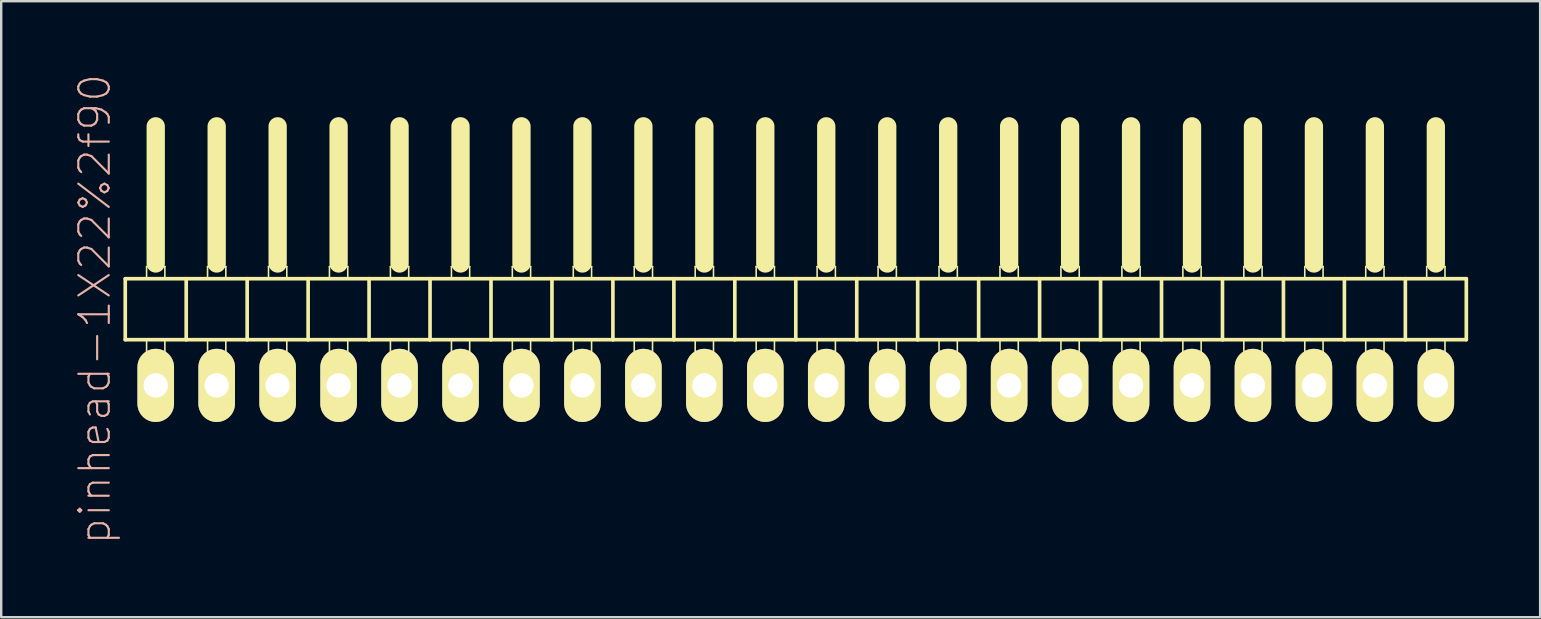
<source format=kicad_pcb>
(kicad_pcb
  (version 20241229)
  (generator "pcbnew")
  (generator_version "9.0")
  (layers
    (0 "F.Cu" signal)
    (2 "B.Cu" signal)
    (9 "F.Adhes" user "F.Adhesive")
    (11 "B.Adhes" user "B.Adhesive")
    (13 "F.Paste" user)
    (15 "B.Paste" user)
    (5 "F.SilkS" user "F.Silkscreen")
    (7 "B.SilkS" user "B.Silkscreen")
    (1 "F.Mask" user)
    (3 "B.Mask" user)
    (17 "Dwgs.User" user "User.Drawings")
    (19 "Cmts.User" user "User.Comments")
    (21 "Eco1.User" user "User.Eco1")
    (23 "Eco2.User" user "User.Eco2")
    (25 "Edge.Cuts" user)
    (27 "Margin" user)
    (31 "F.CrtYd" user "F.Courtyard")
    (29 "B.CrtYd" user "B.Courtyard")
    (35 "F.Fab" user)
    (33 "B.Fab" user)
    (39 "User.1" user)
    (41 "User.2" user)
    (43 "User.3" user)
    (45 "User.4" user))
  (footprint "pinhead-1X22%2f90"
    (layer "F.Cu")
    (at 30.109 9.199)
    (property "Reference" "pinhead-1X22%2f90" (at -29.21 0.635 90) (layer "B.SilkS") (effects (font (size 1.27 1.27) (thickness 0.089))))
    (attr exclude_from_pos_files exclude_from_bom)
    (fp_line (start -27.94 -0.635) (end -27.94 1.905) (stroke (width 0.152) (type solid)) (layer "F.SilkS"))
    (fp_line (start -27.94 1.905) (end -25.4 1.905) (stroke (width 0.152) (type solid)) (layer "F.SilkS"))
    (fp_line (start -27.051 -1.143) (end -26.289 -1.143) (stroke (width 0.066) (type solid)) (layer "F.SilkS"))
    (fp_line (start -27.051 -0.635) (end -27.051 -1.143) (stroke (width 0.066) (type solid)) (layer "F.SilkS"))
    (fp_line (start -27.051 -0.635) (end -26.289 -0.635) (stroke (width 0.066) (type solid)) (layer "F.SilkS"))
    (fp_line (start -27.051 1.905) (end -26.289 1.905) (stroke (width 0.066) (type solid)) (layer "F.SilkS"))
    (fp_line (start -27.051 2.921) (end -27.051 1.905) (stroke (width 0.066) (type solid)) (layer "F.SilkS"))
    (fp_line (start -27.051 2.921) (end -26.289 2.921) (stroke (width 0.066) (type solid)) (layer "F.SilkS"))
    (fp_line (start -26.67 -6.985) (end -26.67 -1.27) (stroke (width 0.762) (type solid)) (layer "F.SilkS"))
    (fp_line (start -26.289 -0.635) (end -26.289 -1.143) (stroke (width 0.066) (type solid)) (layer "F.SilkS"))
    (fp_line (start -26.289 2.921) (end -26.289 1.905) (stroke (width 0.066) (type solid)) (layer "F.SilkS"))
    (fp_line (start -25.4 -0.635) (end -27.94 -0.635) (stroke (width 0.152) (type solid)) (layer "F.SilkS"))
    (fp_line (start -25.4 1.905) (end -25.4 -0.635) (stroke (width 0.152) (type solid)) (layer "F.SilkS"))
    (fp_line (start -25.4 1.905) (end -22.86 1.905) (stroke (width 0.152) (type solid)) (layer "F.SilkS"))
    (fp_line (start -24.511 -1.143) (end -23.749 -1.143) (stroke (width 0.066) (type solid)) (layer "F.SilkS"))
    (fp_line (start -24.511 -0.635) (end -24.511 -1.143) (stroke (width 0.066) (type solid)) (layer "F.SilkS"))
    (fp_line (start -24.511 -0.635) (end -23.749 -0.635) (stroke (width 0.066) (type solid)) (layer "F.SilkS"))
    (fp_line (start -24.511 1.905) (end -23.749 1.905) (stroke (width 0.066) (type solid)) (layer "F.SilkS"))
    (fp_line (start -24.511 2.921) (end -24.511 1.905) (stroke (width 0.066) (type solid)) (layer "F.SilkS"))
    (fp_line (start -24.511 2.921) (end -23.749 2.921) (stroke (width 0.066) (type solid)) (layer "F.SilkS"))
    (fp_line (start -24.13 -6.985) (end -24.13 -1.27) (stroke (width 0.762) (type solid)) (layer "F.SilkS"))
    (fp_line (start -23.749 -0.635) (end -23.749 -1.143) (stroke (width 0.066) (type solid)) (layer "F.SilkS"))
    (fp_line (start -23.749 2.921) (end -23.749 1.905) (stroke (width 0.066) (type solid)) (layer "F.SilkS"))
    (fp_line (start -22.86 -0.635) (end -25.4 -0.635) (stroke (width 0.152) (type solid)) (layer "F.SilkS"))
    (fp_line (start -22.86 1.905) (end -22.86 -0.635) (stroke (width 0.152) (type solid)) (layer "F.SilkS"))
    (fp_line (start -22.86 1.905) (end -20.32 1.905) (stroke (width 0.152) (type solid)) (layer "F.SilkS"))
    (fp_line (start -21.971 -1.143) (end -21.209 -1.143) (stroke (width 0.066) (type solid)) (layer "F.SilkS"))
    (fp_line (start -21.971 -0.635) (end -21.971 -1.143) (stroke (width 0.066) (type solid)) (layer "F.SilkS"))
    (fp_line (start -21.971 -0.635) (end -21.209 -0.635) (stroke (width 0.066) (type solid)) (layer "F.SilkS"))
    (fp_line (start -21.971 1.905) (end -21.209 1.905) (stroke (width 0.066) (type solid)) (layer "F.SilkS"))
    (fp_line (start -21.971 2.921) (end -21.971 1.905) (stroke (width 0.066) (type solid)) (layer "F.SilkS"))
    (fp_line (start -21.971 2.921) (end -21.209 2.921) (stroke (width 0.066) (type solid)) (layer "F.SilkS"))
    (fp_line (start -21.59 -6.985) (end -21.59 -1.27) (stroke (width 0.762) (type solid)) (layer "F.SilkS"))
    (fp_line (start -21.209 -0.635) (end -21.209 -1.143) (stroke (width 0.066) (type solid)) (layer "F.SilkS"))
    (fp_line (start -21.209 2.921) (end -21.209 1.905) (stroke (width 0.066) (type solid)) (layer "F.SilkS"))
    (fp_line (start -20.32 -0.635) (end -22.86 -0.635) (stroke (width 0.152) (type solid)) (layer "F.SilkS"))
    (fp_line (start -20.32 1.905) (end -20.32 -0.635) (stroke (width 0.152) (type solid)) (layer "F.SilkS"))
    (fp_line (start -20.32 1.905) (end -17.78 1.905) (stroke (width 0.152) (type solid)) (layer "F.SilkS"))
    (fp_line (start -19.431 -1.143) (end -18.669 -1.143) (stroke (width 0.066) (type solid)) (layer "F.SilkS"))
    (fp_line (start -19.431 -0.635) (end -19.431 -1.143) (stroke (width 0.066) (type solid)) (layer "F.SilkS"))
    (fp_line (start -19.431 -0.635) (end -18.669 -0.635) (stroke (width 0.066) (type solid)) (layer "F.SilkS"))
    (fp_line (start -19.431 1.905) (end -18.669 1.905) (stroke (width 0.066) (type solid)) (layer "F.SilkS"))
    (fp_line (start -19.431 2.921) (end -19.431 1.905) (stroke (width 0.066) (type solid)) (layer "F.SilkS"))
    (fp_line (start -19.431 2.921) (end -18.669 2.921) (stroke (width 0.066) (type solid)) (layer "F.SilkS"))
    (fp_line (start -19.05 -6.985) (end -19.05 -1.27) (stroke (width 0.762) (type solid)) (layer "F.SilkS"))
    (fp_line (start -18.669 -0.635) (end -18.669 -1.143) (stroke (width 0.066) (type solid)) (layer "F.SilkS"))
    (fp_line (start -18.669 2.921) (end -18.669 1.905) (stroke (width 0.066) (type solid)) (layer "F.SilkS"))
    (fp_line (start -17.78 -0.635) (end -20.32 -0.635) (stroke (width 0.152) (type solid)) (layer "F.SilkS"))
    (fp_line (start -17.78 1.905) (end -17.78 -0.635) (stroke (width 0.152) (type solid)) (layer "F.SilkS"))
    (fp_line (start -17.78 1.905) (end -15.24 1.905) (stroke (width 0.152) (type solid)) (layer "F.SilkS"))
    (fp_line (start -16.891 -1.143) (end -16.129 -1.143) (stroke (width 0.066) (type solid)) (layer "F.SilkS"))
    (fp_line (start -16.891 -0.635) (end -16.891 -1.143) (stroke (width 0.066) (type solid)) (layer "F.SilkS"))
    (fp_line (start -16.891 -0.635) (end -16.129 -0.635) (stroke (width 0.066) (type solid)) (layer "F.SilkS"))
    (fp_line (start -16.891 1.905) (end -16.129 1.905) (stroke (width 0.066) (type solid)) (layer "F.SilkS"))
    (fp_line (start -16.891 2.921) (end -16.891 1.905) (stroke (width 0.066) (type solid)) (layer "F.SilkS"))
    (fp_line (start -16.891 2.921) (end -16.129 2.921) (stroke (width 0.066) (type solid)) (layer "F.SilkS"))
    (fp_line (start -16.51 -6.985) (end -16.51 -1.27) (stroke (width 0.762) (type solid)) (layer "F.SilkS"))
    (fp_line (start -16.129 -0.635) (end -16.129 -1.143) (stroke (width 0.066) (type solid)) (layer "F.SilkS"))
    (fp_line (start -16.129 2.921) (end -16.129 1.905) (stroke (width 0.066) (type solid)) (layer "F.SilkS"))
    (fp_line (start -15.24 -0.635) (end -17.78 -0.635) (stroke (width 0.152) (type solid)) (layer "F.SilkS"))
    (fp_line (start -15.24 1.905) (end -15.24 -0.635) (stroke (width 0.152) (type solid)) (layer "F.SilkS"))
    (fp_line (start -15.24 1.905) (end -12.7 1.905) (stroke (width 0.152) (type solid)) (layer "F.SilkS"))
    (fp_line (start -14.348 -1.143) (end -13.589 -1.143) (stroke (width 0.066) (type solid)) (layer "F.SilkS"))
    (fp_line (start -14.348 -0.635) (end -14.348 -1.143) (stroke (width 0.066) (type solid)) (layer "F.SilkS"))
    (fp_line (start -14.348 -0.635) (end -13.589 -0.635) (stroke (width 0.066) (type solid)) (layer "F.SilkS"))
    (fp_line (start -14.348 1.905) (end -13.589 1.905) (stroke (width 0.066) (type solid)) (layer "F.SilkS"))
    (fp_line (start -14.348 2.921) (end -14.348 1.905) (stroke (width 0.066) (type solid)) (layer "F.SilkS"))
    (fp_line (start -14.348 2.921) (end -13.589 2.921) (stroke (width 0.066) (type solid)) (layer "F.SilkS"))
    (fp_line (start -13.97 -6.985) (end -13.97 -1.27) (stroke (width 0.762) (type solid)) (layer "F.SilkS"))
    (fp_line (start -13.589 -0.635) (end -13.589 -1.143) (stroke (width 0.066) (type solid)) (layer "F.SilkS"))
    (fp_line (start -13.589 2.921) (end -13.589 1.905) (stroke (width 0.066) (type solid)) (layer "F.SilkS"))
    (fp_line (start -12.7 -0.635) (end -15.24 -0.635) (stroke (width 0.152) (type solid)) (layer "F.SilkS"))
    (fp_line (start -12.7 1.905) (end -12.7 -0.635) (stroke (width 0.152) (type solid)) (layer "F.SilkS"))
    (fp_line (start -12.7 1.905) (end -10.16 1.905) (stroke (width 0.152) (type solid)) (layer "F.SilkS"))
    (fp_line (start -11.811 -1.143) (end -11.049 -1.143) (stroke (width 0.066) (type solid)) (layer "F.SilkS"))
    (fp_line (start -11.811 -0.635) (end -11.811 -1.143) (stroke (width 0.066) (type solid)) (layer "F.SilkS"))
    (fp_line (start -11.811 -0.635) (end -11.049 -0.635) (stroke (width 0.066) (type solid)) (layer "F.SilkS"))
    (fp_line (start -11.811 1.905) (end -11.049 1.905) (stroke (width 0.066) (type solid)) (layer "F.SilkS"))
    (fp_line (start -11.811 2.921) (end -11.811 1.905) (stroke (width 0.066) (type solid)) (layer "F.SilkS"))
    (fp_line (start -11.811 2.921) (end -11.049 2.921) (stroke (width 0.066) (type solid)) (layer "F.SilkS"))
    (fp_line (start -11.43 -6.985) (end -11.43 -1.27) (stroke (width 0.762) (type solid)) (layer "F.SilkS"))
    (fp_line (start -11.049 -0.635) (end -11.049 -1.143) (stroke (width 0.066) (type solid)) (layer "F.SilkS"))
    (fp_line (start -11.049 2.921) (end -11.049 1.905) (stroke (width 0.066) (type solid)) (layer "F.SilkS"))
    (fp_line (start -10.16 -0.635) (end -12.7 -0.635) (stroke (width 0.152) (type solid)) (layer "F.SilkS"))
    (fp_line (start -10.16 1.905) (end -10.16 -0.635) (stroke (width 0.152) (type solid)) (layer "F.SilkS"))
    (fp_line (start -10.16 1.905) (end -7.62 1.905) (stroke (width 0.152) (type solid)) (layer "F.SilkS"))
    (fp_line (start -9.271 -1.143) (end -8.509 -1.143) (stroke (width 0.066) (type solid)) (layer "F.SilkS"))
    (fp_line (start -9.271 -0.635) (end -9.271 -1.143) (stroke (width 0.066) (type solid)) (layer "F.SilkS"))
    (fp_line (start -9.271 -0.635) (end -8.509 -0.635) (stroke (width 0.066) (type solid)) (layer "F.SilkS"))
    (fp_line (start -9.271 1.905) (end -8.509 1.905) (stroke (width 0.066) (type solid)) (layer "F.SilkS"))
    (fp_line (start -9.271 2.921) (end -9.271 1.905) (stroke (width 0.066) (type solid)) (layer "F.SilkS"))
    (fp_line (start -9.271 2.921) (end -8.509 2.921) (stroke (width 0.066) (type solid)) (layer "F.SilkS"))
    (fp_line (start -8.89 -6.985) (end -8.89 -1.27) (stroke (width 0.762) (type solid)) (layer "F.SilkS"))
    (fp_line (start -8.509 -0.635) (end -8.509 -1.143) (stroke (width 0.066) (type solid)) (layer "F.SilkS"))
    (fp_line (start -8.509 2.921) (end -8.509 1.905) (stroke (width 0.066) (type solid)) (layer "F.SilkS"))
    (fp_line (start -7.62 -0.635) (end -10.16 -0.635) (stroke (width 0.152) (type solid)) (layer "F.SilkS"))
    (fp_line (start -7.62 1.905) (end -7.62 -0.635) (stroke (width 0.152) (type solid)) (layer "F.SilkS"))
    (fp_line (start -7.62 1.905) (end -5.08 1.905) (stroke (width 0.152) (type solid)) (layer "F.SilkS"))
    (fp_line (start -6.731 -1.143) (end -5.969 -1.143) (stroke (width 0.066) (type solid)) (layer "F.SilkS"))
    (fp_line (start -6.731 -0.635) (end -6.731 -1.143) (stroke (width 0.066) (type solid)) (layer "F.SilkS"))
    (fp_line (start -6.731 -0.635) (end -5.969 -0.635) (stroke (width 0.066) (type solid)) (layer "F.SilkS"))
    (fp_line (start -6.731 1.905) (end -5.969 1.905) (stroke (width 0.066) (type solid)) (layer "F.SilkS"))
    (fp_line (start -6.731 2.921) (end -6.731 1.905) (stroke (width 0.066) (type solid)) (layer "F.SilkS"))
    (fp_line (start -6.731 2.921) (end -5.969 2.921) (stroke (width 0.066) (type solid)) (layer "F.SilkS"))
    (fp_line (start -6.35 -6.985) (end -6.35 -1.27) (stroke (width 0.762) (type solid)) (layer "F.SilkS"))
    (fp_line (start -5.969 -0.635) (end -5.969 -1.143) (stroke (width 0.066) (type solid)) (layer "F.SilkS"))
    (fp_line (start -5.969 2.921) (end -5.969 1.905) (stroke (width 0.066) (type solid)) (layer "F.SilkS"))
    (fp_line (start -5.08 -0.635) (end -7.62 -0.635) (stroke (width 0.152) (type solid)) (layer "F.SilkS"))
    (fp_line (start -5.08 1.905) (end -5.08 -0.635) (stroke (width 0.152) (type solid)) (layer "F.SilkS"))
    (fp_line (start -5.08 1.905) (end -2.54 1.905) (stroke (width 0.152) (type solid)) (layer "F.SilkS"))
    (fp_line (start -4.191 -1.143) (end -3.429 -1.143) (stroke (width 0.066) (type solid)) (layer "F.SilkS"))
    (fp_line (start -4.191 -0.635) (end -4.191 -1.143) (stroke (width 0.066) (type solid)) (layer "F.SilkS"))
    (fp_line (start -4.191 -0.635) (end -3.429 -0.635) (stroke (width 0.066) (type solid)) (layer "F.SilkS"))
    (fp_line (start -4.191 1.905) (end -3.429 1.905) (stroke (width 0.066) (type solid)) (layer "F.SilkS"))
    (fp_line (start -4.191 2.921) (end -4.191 1.905) (stroke (width 0.066) (type solid)) (layer "F.SilkS"))
    (fp_line (start -4.191 2.921) (end -3.429 2.921) (stroke (width 0.066) (type solid)) (layer "F.SilkS"))
    (fp_line (start -3.81 -6.985) (end -3.81 -1.27) (stroke (width 0.762) (type solid)) (layer "F.SilkS"))
    (fp_line (start -3.429 -0.635) (end -3.429 -1.143) (stroke (width 0.066) (type solid)) (layer "F.SilkS"))
    (fp_line (start -3.429 2.921) (end -3.429 1.905) (stroke (width 0.066) (type solid)) (layer "F.SilkS"))
    (fp_line (start -2.54 -0.635) (end -5.08 -0.635) (stroke (width 0.152) (type solid)) (layer "F.SilkS"))
    (fp_line (start -2.54 1.905) (end -2.54 -0.635) (stroke (width 0.152) (type solid)) (layer "F.SilkS"))
    (fp_line (start -2.54 1.905) (end 0 1.905) (stroke (width 0.152) (type solid)) (layer "F.SilkS"))
    (fp_line (start -1.651 -1.143) (end -0.889 -1.143) (stroke (width 0.066) (type solid)) (layer "F.SilkS"))
    (fp_line (start -1.651 -0.635) (end -1.651 -1.143) (stroke (width 0.066) (type solid)) (layer "F.SilkS"))
    (fp_line (start -1.651 -0.635) (end -0.889 -0.635) (stroke (width 0.066) (type solid)) (layer "F.SilkS"))
    (fp_line (start -1.651 1.905) (end -0.889 1.905) (stroke (width 0.066) (type solid)) (layer "F.SilkS"))
    (fp_line (start -1.651 2.921) (end -1.651 1.905) (stroke (width 0.066) (type solid)) (layer "F.SilkS"))
    (fp_line (start -1.651 2.921) (end -0.889 2.921) (stroke (width 0.066) (type solid)) (layer "F.SilkS"))
    (fp_line (start -1.27 -6.985) (end -1.27 -1.27) (stroke (width 0.762) (type solid)) (layer "F.SilkS"))
    (fp_line (start -0.889 -0.635) (end -0.889 -1.143) (stroke (width 0.066) (type solid)) (layer "F.SilkS"))
    (fp_line (start -0.889 2.921) (end -0.889 1.905) (stroke (width 0.066) (type solid)) (layer "F.SilkS"))
    (fp_line (start 0 -0.635) (end -2.54 -0.635) (stroke (width 0.152) (type solid)) (layer "F.SilkS"))
    (fp_line (start 0 1.905) (end 0 -0.635) (stroke (width 0.152) (type solid)) (layer "F.SilkS"))
    (fp_line (start 0 1.905) (end 2.54 1.905) (stroke (width 0.152) (type solid)) (layer "F.SilkS"))
    (fp_line (start 0.889 -1.143) (end 1.651 -1.143) (stroke (width 0.066) (type solid)) (layer "F.SilkS"))
    (fp_line (start 0.889 -0.635) (end 0.889 -1.143) (stroke (width 0.066) (type solid)) (layer "F.SilkS"))
    (fp_line (start 0.889 -0.635) (end 1.651 -0.635) (stroke (width 0.066) (type solid)) (layer "F.SilkS"))
    (fp_line (start 0.889 1.905) (end 1.651 1.905) (stroke (width 0.066) (type solid)) (layer "F.SilkS"))
    (fp_line (start 0.889 2.921) (end 0.889 1.905) (stroke (width 0.066) (type solid)) (layer "F.SilkS"))
    (fp_line (start 0.889 2.921) (end 1.651 2.921) (stroke (width 0.066) (type solid)) (layer "F.SilkS"))
    (fp_line (start 1.27 -6.985) (end 1.27 -1.27) (stroke (width 0.762) (type solid)) (layer "F.SilkS"))
    (fp_line (start 1.651 -0.635) (end 1.651 -1.143) (stroke (width 0.066) (type solid)) (layer "F.SilkS"))
    (fp_line (start 1.651 2.921) (end 1.651 1.905) (stroke (width 0.066) (type solid)) (layer "F.SilkS"))
    (fp_line (start 2.54 -0.635) (end 0 -0.635) (stroke (width 0.152) (type solid)) (layer "F.SilkS"))
    (fp_line (start 2.54 1.905) (end 2.54 -0.635) (stroke (width 0.152) (type solid)) (layer "F.SilkS"))
    (fp_line (start 2.54 1.905) (end 5.08 1.905) (stroke (width 0.152) (type solid)) (layer "F.SilkS"))
    (fp_line (start 3.429 -1.143) (end 4.191 -1.143) (stroke (width 0.066) (type solid)) (layer "F.SilkS"))
    (fp_line (start 3.429 -0.635) (end 3.429 -1.143) (stroke (width 0.066) (type solid)) (layer "F.SilkS"))
    (fp_line (start 3.429 -0.635) (end 4.191 -0.635) (stroke (width 0.066) (type solid)) (layer "F.SilkS"))
    (fp_line (start 3.429 1.905) (end 4.191 1.905) (stroke (width 0.066) (type solid)) (layer "F.SilkS"))
    (fp_line (start 3.429 2.921) (end 3.429 1.905) (stroke (width 0.066) (type solid)) (layer "F.SilkS"))
    (fp_line (start 3.429 2.921) (end 4.191 2.921) (stroke (width 0.066) (type solid)) (layer "F.SilkS"))
    (fp_line (start 3.81 -6.985) (end 3.81 -1.27) (stroke (width 0.762) (type solid)) (layer "F.SilkS"))
    (fp_line (start 4.191 -0.635) (end 4.191 -1.143) (stroke (width 0.066) (type solid)) (layer "F.SilkS"))
    (fp_line (start 4.191 2.921) (end 4.191 1.905) (stroke (width 0.066) (type solid)) (layer "F.SilkS"))
    (fp_line (start 5.08 -0.635) (end 2.54 -0.635) (stroke (width 0.152) (type solid)) (layer "F.SilkS"))
    (fp_line (start 5.08 1.905) (end 5.08 -0.635) (stroke (width 0.152) (type solid)) (layer "F.SilkS"))
    (fp_line (start 5.08 1.905) (end 7.62 1.905) (stroke (width 0.152) (type solid)) (layer "F.SilkS"))
    (fp_line (start 5.969 -1.143) (end 6.731 -1.143) (stroke (width 0.066) (type solid)) (layer "F.SilkS"))
    (fp_line (start 5.969 -0.635) (end 5.969 -1.143) (stroke (width 0.066) (type solid)) (layer "F.SilkS"))
    (fp_line (start 5.969 -0.635) (end 6.731 -0.635) (stroke (width 0.066) (type solid)) (layer "F.SilkS"))
    (fp_line (start 5.969 1.905) (end 6.731 1.905) (stroke (width 0.066) (type solid)) (layer "F.SilkS"))
    (fp_line (start 5.969 2.921) (end 5.969 1.905) (stroke (width 0.066) (type solid)) (layer "F.SilkS"))
    (fp_line (start 5.969 2.921) (end 6.731 2.921) (stroke (width 0.066) (type solid)) (layer "F.SilkS"))
    (fp_line (start 6.35 -6.985) (end 6.35 -1.27) (stroke (width 0.762) (type solid)) (layer "F.SilkS"))
    (fp_line (start 6.731 -0.635) (end 6.731 -1.143) (stroke (width 0.066) (type solid)) (layer "F.SilkS"))
    (fp_line (start 6.731 2.921) (end 6.731 1.905) (stroke (width 0.066) (type solid)) (layer "F.SilkS"))
    (fp_line (start 7.62 -0.635) (end 5.08 -0.635) (stroke (width 0.152) (type solid)) (layer "F.SilkS"))
    (fp_line (start 7.62 1.905) (end 7.62 -0.635) (stroke (width 0.152) (type solid)) (layer "F.SilkS"))
    (fp_line (start 7.62 1.905) (end 10.16 1.905) (stroke (width 0.152) (type solid)) (layer "F.SilkS"))
    (fp_line (start 8.509 -1.143) (end 9.271 -1.143) (stroke (width 0.066) (type solid)) (layer "F.SilkS"))
    (fp_line (start 8.509 -0.635) (end 8.509 -1.143) (stroke (width 0.066) (type solid)) (layer "F.SilkS"))
    (fp_line (start 8.509 -0.635) (end 9.271 -0.635) (stroke (width 0.066) (type solid)) (layer "F.SilkS"))
    (fp_line (start 8.509 1.905) (end 9.271 1.905) (stroke (width 0.066) (type solid)) (layer "F.SilkS"))
    (fp_line (start 8.509 2.921) (end 8.509 1.905) (stroke (width 0.066) (type solid)) (layer "F.SilkS"))
    (fp_line (start 8.509 2.921) (end 9.271 2.921) (stroke (width 0.066) (type solid)) (layer "F.SilkS"))
    (fp_line (start 8.89 -6.985) (end 8.89 -1.27) (stroke (width 0.762) (type solid)) (layer "F.SilkS"))
    (fp_line (start 9.271 -0.635) (end 9.271 -1.143) (stroke (width 0.066) (type solid)) (layer "F.SilkS"))
    (fp_line (start 9.271 2.921) (end 9.271 1.905) (stroke (width 0.066) (type solid)) (layer "F.SilkS"))
    (fp_line (start 10.16 -0.635) (end 7.62 -0.635) (stroke (width 0.152) (type solid)) (layer "F.SilkS"))
    (fp_line (start 10.16 1.905) (end 10.16 -0.635) (stroke (width 0.152) (type solid)) (layer "F.SilkS"))
    (fp_line (start 10.16 1.905) (end 12.7 1.905) (stroke (width 0.152) (type solid)) (layer "F.SilkS"))
    (fp_line (start 11.049 -1.143) (end 11.811 -1.143) (stroke (width 0.066) (type solid)) (layer "F.SilkS"))
    (fp_line (start 11.049 -0.635) (end 11.049 -1.143) (stroke (width 0.066) (type solid)) (layer "F.SilkS"))
    (fp_line (start 11.049 -0.635) (end 11.811 -0.635) (stroke (width 0.066) (type solid)) (layer "F.SilkS"))
    (fp_line (start 11.049 1.905) (end 11.811 1.905) (stroke (width 0.066) (type solid)) (layer "F.SilkS"))
    (fp_line (start 11.049 2.921) (end 11.049 1.905) (stroke (width 0.066) (type solid)) (layer "F.SilkS"))
    (fp_line (start 11.049 2.921) (end 11.811 2.921) (stroke (width 0.066) (type solid)) (layer "F.SilkS"))
    (fp_line (start 11.43 -6.985) (end 11.43 -1.27) (stroke (width 0.762) (type solid)) (layer "F.SilkS"))
    (fp_line (start 11.811 -0.635) (end 11.811 -1.143) (stroke (width 0.066) (type solid)) (layer "F.SilkS"))
    (fp_line (start 11.811 2.921) (end 11.811 1.905) (stroke (width 0.066) (type solid)) (layer "F.SilkS"))
    (fp_line (start 12.7 -0.635) (end 10.16 -0.635) (stroke (width 0.152) (type solid)) (layer "F.SilkS"))
    (fp_line (start 12.7 1.905) (end 12.7 -0.635) (stroke (width 0.152) (type solid)) (layer "F.SilkS"))
    (fp_line (start 12.7 1.905) (end 15.24 1.905) (stroke (width 0.152) (type solid)) (layer "F.SilkS"))
    (fp_line (start 13.589 -1.143) (end 14.348 -1.143) (stroke (width 0.066) (type solid)) (layer "F.SilkS"))
    (fp_line (start 13.589 -0.635) (end 13.589 -1.143) (stroke (width 0.066) (type solid)) (layer "F.SilkS"))
    (fp_line (start 13.589 -0.635) (end 14.348 -0.635) (stroke (width 0.066) (type solid)) (layer "F.SilkS"))
    (fp_line (start 13.589 1.905) (end 14.348 1.905) (stroke (width 0.066) (type solid)) (layer "F.SilkS"))
    (fp_line (start 13.589 2.921) (end 13.589 1.905) (stroke (width 0.066) (type solid)) (layer "F.SilkS"))
    (fp_line (start 13.589 2.921) (end 14.348 2.921) (stroke (width 0.066) (type solid)) (layer "F.SilkS"))
    (fp_line (start 13.97 -6.985) (end 13.97 -1.27) (stroke (width 0.762) (type solid)) (layer "F.SilkS"))
    (fp_line (start 14.348 -0.635) (end 14.348 -1.143) (stroke (width 0.066) (type solid)) (layer "F.SilkS"))
    (fp_line (start 14.348 2.921) (end 14.348 1.905) (stroke (width 0.066) (type solid)) (layer "F.SilkS"))
    (fp_line (start 15.24 -0.635) (end 12.7 -0.635) (stroke (width 0.152) (type solid)) (layer "F.SilkS"))
    (fp_line (start 15.24 1.905) (end 15.24 -0.635) (stroke (width 0.152) (type solid)) (layer "F.SilkS"))
    (fp_line (start 15.24 1.905) (end 17.78 1.905) (stroke (width 0.152) (type solid)) (layer "F.SilkS"))
    (fp_line (start 16.129 -1.143) (end 16.891 -1.143) (stroke (width 0.066) (type solid)) (layer "F.SilkS"))
    (fp_line (start 16.129 -0.635) (end 16.129 -1.143) (stroke (width 0.066) (type solid)) (layer "F.SilkS"))
    (fp_line (start 16.129 -0.635) (end 16.891 -0.635) (stroke (width 0.066) (type solid)) (layer "F.SilkS"))
    (fp_line (start 16.129 1.905) (end 16.891 1.905) (stroke (width 0.066) (type solid)) (layer "F.SilkS"))
    (fp_line (start 16.129 2.921) (end 16.129 1.905) (stroke (width 0.066) (type solid)) (layer "F.SilkS"))
    (fp_line (start 16.129 2.921) (end 16.891 2.921) (stroke (width 0.066) (type solid)) (layer "F.SilkS"))
    (fp_line (start 16.51 -6.985) (end 16.51 -1.27) (stroke (width 0.762) (type solid)) (layer "F.SilkS"))
    (fp_line (start 16.891 -0.635) (end 16.891 -1.143) (stroke (width 0.066) (type solid)) (layer "F.SilkS"))
    (fp_line (start 16.891 2.921) (end 16.891 1.905) (stroke (width 0.066) (type solid)) (layer "F.SilkS"))
    (fp_line (start 17.78 -0.635) (end 15.24 -0.635) (stroke (width 0.152) (type solid)) (layer "F.SilkS"))
    (fp_line (start 17.78 1.905) (end 17.78 -0.635) (stroke (width 0.152) (type solid)) (layer "F.SilkS"))
    (fp_line (start 17.78 1.905) (end 20.32 1.905) (stroke (width 0.152) (type solid)) (layer "F.SilkS"))
    (fp_line (start 18.669 -1.143) (end 19.431 -1.143) (stroke (width 0.066) (type solid)) (layer "F.SilkS"))
    (fp_line (start 18.669 -0.635) (end 18.669 -1.143) (stroke (width 0.066) (type solid)) (layer "F.SilkS"))
    (fp_line (start 18.669 -0.635) (end 19.431 -0.635) (stroke (width 0.066) (type solid)) (layer "F.SilkS"))
    (fp_line (start 18.669 1.905) (end 19.431 1.905) (stroke (width 0.066) (type solid)) (layer "F.SilkS"))
    (fp_line (start 18.669 2.921) (end 18.669 1.905) (stroke (width 0.066) (type solid)) (layer "F.SilkS"))
    (fp_line (start 18.669 2.921) (end 19.431 2.921) (stroke (width 0.066) (type solid)) (layer "F.SilkS"))
    (fp_line (start 19.05 -6.985) (end 19.05 -1.27) (stroke (width 0.762) (type solid)) (layer "F.SilkS"))
    (fp_line (start 19.431 -0.635) (end 19.431 -1.143) (stroke (width 0.066) (type solid)) (layer "F.SilkS"))
    (fp_line (start 19.431 2.921) (end 19.431 1.905) (stroke (width 0.066) (type solid)) (layer "F.SilkS"))
    (fp_line (start 20.32 -0.635) (end 17.78 -0.635) (stroke (width 0.152) (type solid)) (layer "F.SilkS"))
    (fp_line (start 20.32 1.905) (end 20.32 -0.635) (stroke (width 0.152) (type solid)) (layer "F.SilkS"))
    (fp_line (start 20.32 1.905) (end 22.86 1.905) (stroke (width 0.152) (type solid)) (layer "F.SilkS"))
    (fp_line (start 21.209 -1.143) (end 21.971 -1.143) (stroke (width 0.066) (type solid)) (layer "F.SilkS"))
    (fp_line (start 21.209 -0.635) (end 21.209 -1.143) (stroke (width 0.066) (type solid)) (layer "F.SilkS"))
    (fp_line (start 21.209 -0.635) (end 21.971 -0.635) (stroke (width 0.066) (type solid)) (layer "F.SilkS"))
    (fp_line (start 21.209 1.905) (end 21.971 1.905) (stroke (width 0.066) (type solid)) (layer "F.SilkS"))
    (fp_line (start 21.209 2.921) (end 21.209 1.905) (stroke (width 0.066) (type solid)) (layer "F.SilkS"))
    (fp_line (start 21.209 2.921) (end 21.971 2.921) (stroke (width 0.066) (type solid)) (layer "F.SilkS"))
    (fp_line (start 21.59 -6.985) (end 21.59 -1.27) (stroke (width 0.762) (type solid)) (layer "F.SilkS"))
    (fp_line (start 21.971 -0.635) (end 21.971 -1.143) (stroke (width 0.066) (type solid)) (layer "F.SilkS"))
    (fp_line (start 21.971 2.921) (end 21.971 1.905) (stroke (width 0.066) (type solid)) (layer "F.SilkS"))
    (fp_line (start 22.86 -0.635) (end 20.32 -0.635) (stroke (width 0.152) (type solid)) (layer "F.SilkS"))
    (fp_line (start 22.86 1.905) (end 22.86 -0.635) (stroke (width 0.152) (type solid)) (layer "F.SilkS"))
    (fp_line (start 22.86 1.905) (end 25.4 1.905) (stroke (width 0.152) (type solid)) (layer "F.SilkS"))
    (fp_line (start 23.749 -1.143) (end 24.511 -1.143) (stroke (width 0.066) (type solid)) (layer "F.SilkS"))
    (fp_line (start 23.749 -0.635) (end 23.749 -1.143) (stroke (width 0.066) (type solid)) (layer "F.SilkS"))
    (fp_line (start 23.749 -0.635) (end 24.511 -0.635) (stroke (width 0.066) (type solid)) (layer "F.SilkS"))
    (fp_line (start 23.749 1.905) (end 24.511 1.905) (stroke (width 0.066) (type solid)) (layer "F.SilkS"))
    (fp_line (start 23.749 2.921) (end 23.749 1.905) (stroke (width 0.066) (type solid)) (layer "F.SilkS"))
    (fp_line (start 23.749 2.921) (end 24.511 2.921) (stroke (width 0.066) (type solid)) (layer "F.SilkS"))
    (fp_line (start 24.13 -6.985) (end 24.13 -1.27) (stroke (width 0.762) (type solid)) (layer "F.SilkS"))
    (fp_line (start 24.511 -0.635) (end 24.511 -1.143) (stroke (width 0.066) (type solid)) (layer "F.SilkS"))
    (fp_line (start 24.511 2.921) (end 24.511 1.905) (stroke (width 0.066) (type solid)) (layer "F.SilkS"))
    (fp_line (start 25.4 -0.635) (end 22.86 -0.635) (stroke (width 0.152) (type solid)) (layer "F.SilkS"))
    (fp_line (start 25.4 1.905) (end 25.4 -0.635) (stroke (width 0.152) (type solid)) (layer "F.SilkS"))
    (fp_line (start 25.4 1.905) (end 27.94 1.905) (stroke (width 0.152) (type solid)) (layer "F.SilkS"))
    (fp_line (start 26.289 -1.143) (end 27.051 -1.143) (stroke (width 0.066) (type solid)) (layer "F.SilkS"))
    (fp_line (start 26.289 -0.635) (end 26.289 -1.143) (stroke (width 0.066) (type solid)) (layer "F.SilkS"))
    (fp_line (start 26.289 -0.635) (end 27.051 -0.635) (stroke (width 0.066) (type solid)) (layer "F.SilkS"))
    (fp_line (start 26.289 1.905) (end 27.051 1.905) (stroke (width 0.066) (type solid)) (layer "F.SilkS"))
    (fp_line (start 26.289 2.921) (end 26.289 1.905) (stroke (width 0.066) (type solid)) (layer "F.SilkS"))
    (fp_line (start 26.289 2.921) (end 27.051 2.921) (stroke (width 0.066) (type solid)) (layer "F.SilkS"))
    (fp_line (start 26.67 -6.985) (end 26.67 -1.27) (stroke (width 0.762) (type solid)) (layer "F.SilkS"))
    (fp_line (start 27.051 -0.635) (end 27.051 -1.143) (stroke (width 0.066) (type solid)) (layer "F.SilkS"))
    (fp_line (start 27.051 2.921) (end 27.051 1.905) (stroke (width 0.066) (type solid)) (layer "F.SilkS"))
    (fp_line (start 27.94 -0.635) (end 25.4 -0.635) (stroke (width 0.152) (type solid)) (layer "F.SilkS"))
    (fp_line (start 27.94 1.905) (end 27.94 -0.635) (stroke (width 0.152) (type solid)) (layer "F.SilkS"))
    (pad "1" thru_hole oval (at -26.67 3.81) (size 1.524 3.048) (drill 1.016) (layers "*.Cu" "F.Mask" "F.SilkS" "F.Paste"))
    (pad "2" thru_hole oval (at -24.13 3.81) (size 1.524 3.048) (drill 1.016) (layers "*.Cu" "F.Mask" "F.SilkS" "F.Paste"))
    (pad "3" thru_hole oval (at -21.59 3.81) (size 1.524 3.048) (drill 1.016) (layers "*.Cu" "F.Mask" "F.SilkS" "F.Paste"))
    (pad "4" thru_hole oval (at -19.05 3.81) (size 1.524 3.048) (drill 1.016) (layers "*.Cu" "F.Mask" "F.SilkS" "F.Paste"))
    (pad "5" thru_hole oval (at -16.51 3.81) (size 1.524 3.048) (drill 1.016) (layers "*.Cu" "F.Mask" "F.SilkS" "F.Paste"))
    (pad "6" thru_hole oval (at -13.97 3.81) (size 1.524 3.048) (drill 1.016) (layers "*.Cu" "F.Mask" "F.SilkS" "F.Paste"))
    (pad "7" thru_hole oval (at -11.43 3.81) (size 1.524 3.048) (drill 1.016) (layers "*.Cu" "F.Mask" "F.SilkS" "F.Paste"))
    (pad "8" thru_hole oval (at -8.89 3.81) (size 1.524 3.048) (drill 1.016) (layers "*.Cu" "F.Mask" "F.SilkS" "F.Paste"))
    (pad "9" thru_hole oval (at -6.35 3.81) (size 1.524 3.048) (drill 1.016) (layers "*.Cu" "F.Mask" "F.SilkS" "F.Paste"))
    (pad "10" thru_hole oval (at -3.81 3.81) (size 1.524 3.048) (drill 1.016) (layers "*.Cu" "F.Mask" "F.SilkS" "F.Paste"))
    (pad "11" thru_hole oval (at -1.27 3.81) (size 1.524 3.048) (drill 1.016) (layers "*.Cu" "F.Mask" "F.SilkS" "F.Paste"))
    (pad "12" thru_hole oval (at 1.27 3.81) (size 1.524 3.048) (drill 1.016) (layers "*.Cu" "F.Mask" "F.SilkS" "F.Paste"))
    (pad "13" thru_hole oval (at 3.81 3.81) (size 1.524 3.048) (drill 1.016) (layers "*.Cu" "F.Mask" "F.SilkS" "F.Paste"))
    (pad "14" thru_hole oval (at 6.35 3.81) (size 1.524 3.048) (drill 1.016) (layers "*.Cu" "F.Mask" "F.SilkS" "F.Paste"))
    (pad "15" thru_hole oval (at 8.89 3.81) (size 1.524 3.048) (drill 1.016) (layers "*.Cu" "F.Mask" "F.SilkS" "F.Paste"))
    (pad "16" thru_hole oval (at 11.43 3.81) (size 1.524 3.048) (drill 1.016) (layers "*.Cu" "F.Mask" "F.SilkS" "F.Paste"))
    (pad "17" thru_hole oval (at 13.97 3.81) (size 1.524 3.048) (drill 1.016) (layers "*.Cu" "F.Mask" "F.SilkS" "F.Paste"))
    (pad "18" thru_hole oval (at 16.51 3.81) (size 1.524 3.048) (drill 1.016) (layers "*.Cu" "F.Mask" "F.SilkS" "F.Paste"))
    (pad "19" thru_hole oval (at 19.05 3.81) (size 1.524 3.048) (drill 1.016) (layers "*.Cu" "F.Mask" "F.SilkS" "F.Paste"))
    (pad "20" thru_hole oval (at 21.59 3.81) (size 1.524 3.048) (drill 1.016) (layers "*.Cu" "F.Mask" "F.SilkS" "F.Paste"))
    (pad "21" thru_hole oval (at 24.13 3.81) (size 1.524 3.048) (drill 1.016) (layers "*.Cu" "F.Mask" "F.SilkS" "F.Paste"))
    (pad "22" thru_hole oval (at 26.67 3.81) (size 1.524 3.048) (drill 1.016) (layers "*.Cu" "F.Mask" "F.SilkS" "F.Paste")))
  (gr_rect
    (start -3 -3)
    (end 61.125 22.667)
    (stroke (width 0.1) (type default))
    (fill no)
    (layer "Edge.Cuts")))
</source>
